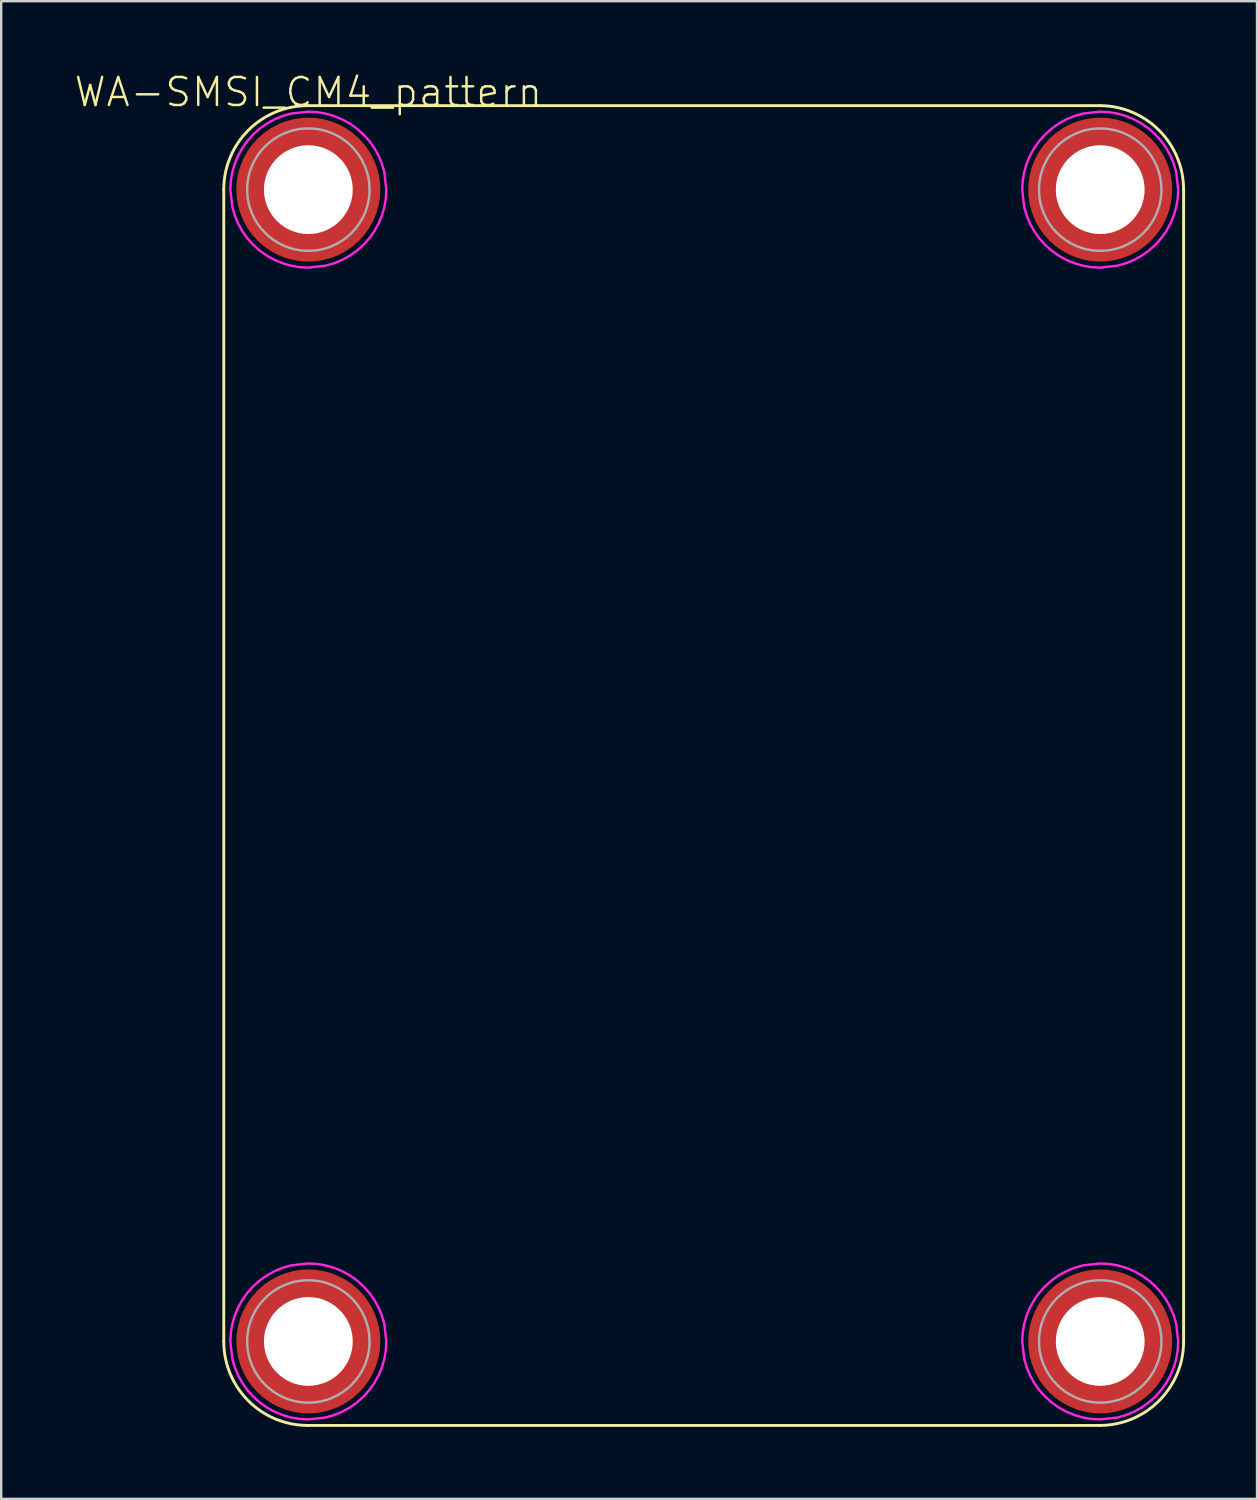
<source format=kicad_pcb>
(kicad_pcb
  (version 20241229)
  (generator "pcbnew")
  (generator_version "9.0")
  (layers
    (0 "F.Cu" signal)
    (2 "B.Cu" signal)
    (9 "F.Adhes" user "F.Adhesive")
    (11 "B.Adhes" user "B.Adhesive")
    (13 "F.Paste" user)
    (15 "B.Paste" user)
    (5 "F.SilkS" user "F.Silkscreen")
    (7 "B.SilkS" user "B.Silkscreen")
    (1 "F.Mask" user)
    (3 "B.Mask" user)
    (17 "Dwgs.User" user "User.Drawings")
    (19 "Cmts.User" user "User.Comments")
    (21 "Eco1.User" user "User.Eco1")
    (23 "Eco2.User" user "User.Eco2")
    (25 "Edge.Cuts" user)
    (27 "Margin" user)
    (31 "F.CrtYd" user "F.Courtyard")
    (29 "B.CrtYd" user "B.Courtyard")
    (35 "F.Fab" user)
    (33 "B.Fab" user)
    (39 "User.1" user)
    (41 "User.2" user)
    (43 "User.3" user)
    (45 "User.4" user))
  (footprint "WA-SMSI_CM4_pattern"
    (layer "F.Cu")
    (at 9.8 4.853)
    (property "Reference" "WA-SMSI_CM4_pattern" (at 0 -3.38 0) (layer "F.SilkS") (effects (font (size 1.168 1.168) (thickness 0.102)) (justify bottom)))
    (fp_line (start -3.525 0) (end -3.525 48) (stroke (width 0.12) (type solid)) (layer "F.SilkS"))
    (fp_line (start -0.025 51.5) (end 32.975 51.5) (stroke (width 0.12) (type solid)) (layer "F.SilkS"))
    (fp_line (start 32.975 -3.5) (end -0.025 -3.5) (stroke (width 0.12) (type solid)) (layer "F.SilkS"))
    (fp_line (start 36.475 48) (end 36.475 0) (stroke (width 0.12) (type solid)) (layer "F.SilkS"))
    (fp_arc (start -3.525126 0) (mid -2.5 -2.474874) (end -0.025126 -3.5) (stroke (width 0.12) (type solid)) (layer "F.SilkS"))
    (fp_arc (start -0.025126 51.5) (mid -2.5 50.474874) (end -3.525126 48) (stroke (width 0.12) (type solid)) (layer "F.SilkS"))
    (fp_arc (start 32.974874 -3.5) (mid 35.449765 -2.474883) (end 36.474874 0) (stroke (width 0.12) (type solid)) (layer "F.SilkS"))
    (fp_arc (start 36.474874 48) (mid 35.449746 50.474865) (end 32.974874 51.5) (stroke (width 0.12) (type solid)) (layer "F.SilkS"))
    (fp_poly (pts (xy -1.865 0.335) (xy -1.86 0.369) (xy -1.845 0.434) (xy -1.815 0.549) (xy -1.79 0.623) (xy -1.755 0.713) (xy -1.735 0.763) (xy -1.691 0.858) (xy -1.651 0.933) (xy -1.581 1.047) (xy -1.536 1.112) (xy -1.501 1.157) (xy -1.441 1.232) (xy -1.391 1.287) (xy -1.351 1.331) (xy -1.312 1.366) (xy -1.232 1.441) (xy -1.177 1.486) (xy -1.132 1.521) (xy -1.077 1.561) (xy -1.022 1.596) (xy -0.957 1.636) (xy -0.888 1.676) (xy -0.808 1.715) (xy -0.728 1.75) (xy -0.643 1.785) (xy -0.569 1.81) (xy -0.494 1.83) (xy -0.414 1.85) (xy -0.34 1.865) (xy -0.32 1.865) (xy -0.32 2.911) (xy -0.351 2.905) (xy -0.421 2.895) (xy -0.511 2.88) (xy -0.591 2.865) (xy -0.666 2.85) (xy -0.766 2.825) (xy -0.851 2.8) (xy -0.942 2.77) (xy -1.012 2.745) (xy -1.092 2.715) (xy -1.177 2.68) (xy -1.252 2.645) (xy -1.372 2.584) (xy -1.442 2.544) (xy -1.513 2.504) (xy -1.583 2.459) (xy -1.623 2.434) (xy -1.688 2.389) (xy -1.738 2.354) (xy -1.783 2.319) (xy -1.848 2.269) (xy -1.913 2.214) (xy -1.953 2.179) (xy -2.018 2.119) (xy -2.079 2.059) (xy -2.129 2.008) (xy -2.169 1.963) (xy -2.209 1.918) (xy -2.264 1.853) (xy -2.304 1.803) (xy -2.349 1.743) (xy -2.399 1.673) (xy -2.444 1.608) (xy -2.494 1.528) (xy -2.529 1.473) (xy -2.574 1.387) (xy -2.614 1.317) (xy -2.655 1.232) (xy -2.685 1.162) (xy -2.73 1.057) (xy -2.765 0.957) (xy -2.79 0.882) (xy -2.815 0.801) (xy -2.845 0.681) (xy -2.865 0.596) (xy -2.88 0.516) (xy -2.895 0.431) (xy -2.905 0.35) (xy -2.905 0.32) (xy -1.865 0.32)) (stroke (width 0) (type solid)) (fill yes) (layer "F.Paste"))
    (fp_poly (pts (xy -1.865 48.335) (xy -1.86 48.369) (xy -1.845 48.434) (xy -1.815 48.549) (xy -1.79 48.623) (xy -1.755 48.713) (xy -1.735 48.763) (xy -1.691 48.858) (xy -1.651 48.933) (xy -1.581 49.047) (xy -1.536 49.112) (xy -1.501 49.157) (xy -1.441 49.232) (xy -1.391 49.287) (xy -1.351 49.331) (xy -1.312 49.366) (xy -1.232 49.441) (xy -1.177 49.486) (xy -1.132 49.521) (xy -1.077 49.561) (xy -1.022 49.596) (xy -0.957 49.636) (xy -0.888 49.676) (xy -0.808 49.715) (xy -0.728 49.75) (xy -0.643 49.785) (xy -0.569 49.81) (xy -0.494 49.83) (xy -0.414 49.85) (xy -0.34 49.865) (xy -0.32 49.865) (xy -0.32 50.911) (xy -0.351 50.905) (xy -0.421 50.895) (xy -0.511 50.88) (xy -0.591 50.865) (xy -0.666 50.85) (xy -0.766 50.825) (xy -0.851 50.8) (xy -0.942 50.77) (xy -1.012 50.745) (xy -1.092 50.715) (xy -1.177 50.68) (xy -1.252 50.645) (xy -1.372 50.584) (xy -1.442 50.544) (xy -1.513 50.504) (xy -1.583 50.459) (xy -1.623 50.434) (xy -1.688 50.389) (xy -1.738 50.354) (xy -1.783 50.319) (xy -1.848 50.269) (xy -1.913 50.214) (xy -1.953 50.179) (xy -2.018 50.119) (xy -2.079 50.059) (xy -2.129 50.008) (xy -2.169 49.963) (xy -2.209 49.918) (xy -2.264 49.853) (xy -2.304 49.803) (xy -2.349 49.743) (xy -2.399 49.673) (xy -2.444 49.608) (xy -2.494 49.528) (xy -2.529 49.473) (xy -2.574 49.387) (xy -2.614 49.317) (xy -2.655 49.232) (xy -2.685 49.162) (xy -2.73 49.057) (xy -2.765 48.957) (xy -2.79 48.882) (xy -2.815 48.801) (xy -2.845 48.681) (xy -2.865 48.596) (xy -2.88 48.516) (xy -2.895 48.431) (xy -2.905 48.35) (xy -2.905 48.32) (xy -1.865 48.32)) (stroke (width 0) (type solid)) (fill yes) (layer "F.Paste"))
    (fp_poly (pts (xy -1.287 -1.391) (xy -1.331 -1.351) (xy -1.366 -1.312) (xy -1.441 -1.232) (xy -1.486 -1.177) (xy -1.521 -1.132) (xy -1.561 -1.077) (xy -1.596 -1.022) (xy -1.636 -0.957) (xy -1.676 -0.888) (xy -1.715 -0.808) (xy -1.75 -0.728) (xy -1.785 -0.643) (xy -1.81 -0.569) (xy -1.83 -0.494) (xy -1.85 -0.414) (xy -1.865 -0.34) (xy -1.865 -0.32) (xy -2.911 -0.32) (xy -2.905 -0.351) (xy -2.895 -0.421) (xy -2.88 -0.511) (xy -2.865 -0.591) (xy -2.85 -0.666) (xy -2.825 -0.766) (xy -2.8 -0.851) (xy -2.77 -0.942) (xy -2.745 -1.012) (xy -2.715 -1.092) (xy -2.68 -1.177) (xy -2.645 -1.252) (xy -2.584 -1.372) (xy -2.544 -1.442) (xy -2.504 -1.513) (xy -2.459 -1.583) (xy -2.434 -1.623) (xy -2.389 -1.688) (xy -2.354 -1.738) (xy -2.319 -1.783) (xy -2.269 -1.848) (xy -2.214 -1.913) (xy -2.179 -1.953) (xy -2.119 -2.018) (xy -2.059 -2.079) (xy -2.008 -2.129) (xy -1.963 -2.169) (xy -1.918 -2.209) (xy -1.853 -2.264) (xy -1.803 -2.304) (xy -1.743 -2.349) (xy -1.673 -2.399) (xy -1.608 -2.444) (xy -1.528 -2.494) (xy -1.473 -2.529) (xy -1.387 -2.574) (xy -1.317 -2.614) (xy -1.232 -2.655) (xy -1.162 -2.685) (xy -1.057 -2.73) (xy -0.957 -2.765) (xy -0.882 -2.79) (xy -0.801 -2.815) (xy -0.681 -2.845) (xy -0.596 -2.865) (xy -0.516 -2.88) (xy -0.431 -2.895) (xy -0.35 -2.905) (xy -0.32 -2.905) (xy -0.32 -1.865) (xy -0.335 -1.865) (xy -0.369 -1.86) (xy -0.434 -1.845) (xy -0.549 -1.815) (xy -0.623 -1.79) (xy -0.713 -1.755) (xy -0.763 -1.735) (xy -0.858 -1.691) (xy -0.933 -1.651) (xy -1.047 -1.581) (xy -1.112 -1.536) (xy -1.157 -1.501) (xy -1.232 -1.441)) (stroke (width 0) (type solid)) (fill yes) (layer "F.Paste"))
    (fp_poly (pts (xy -1.287 46.609) (xy -1.331 46.649) (xy -1.366 46.688) (xy -1.441 46.768) (xy -1.486 46.823) (xy -1.521 46.868) (xy -1.561 46.923) (xy -1.596 46.978) (xy -1.636 47.043) (xy -1.676 47.112) (xy -1.715 47.192) (xy -1.75 47.272) (xy -1.785 47.357) (xy -1.81 47.431) (xy -1.83 47.506) (xy -1.85 47.586) (xy -1.865 47.66) (xy -1.865 47.68) (xy -2.911 47.68) (xy -2.905 47.649) (xy -2.895 47.579) (xy -2.88 47.489) (xy -2.865 47.409) (xy -2.85 47.334) (xy -2.825 47.234) (xy -2.8 47.149) (xy -2.77 47.058) (xy -2.745 46.988) (xy -2.715 46.908) (xy -2.68 46.823) (xy -2.645 46.748) (xy -2.584 46.628) (xy -2.544 46.558) (xy -2.504 46.487) (xy -2.459 46.417) (xy -2.434 46.377) (xy -2.389 46.312) (xy -2.354 46.262) (xy -2.319 46.217) (xy -2.269 46.152) (xy -2.214 46.087) (xy -2.179 46.047) (xy -2.119 45.982) (xy -2.059 45.921) (xy -2.008 45.871) (xy -1.963 45.831) (xy -1.918 45.791) (xy -1.853 45.736) (xy -1.803 45.696) (xy -1.743 45.651) (xy -1.673 45.601) (xy -1.608 45.556) (xy -1.528 45.506) (xy -1.473 45.471) (xy -1.387 45.426) (xy -1.317 45.386) (xy -1.232 45.345) (xy -1.162 45.315) (xy -1.057 45.27) (xy -0.957 45.235) (xy -0.882 45.21) (xy -0.801 45.185) (xy -0.681 45.155) (xy -0.596 45.135) (xy -0.516 45.12) (xy -0.431 45.105) (xy -0.35 45.095) (xy -0.32 45.095) (xy -0.32 46.135) (xy -0.335 46.135) (xy -0.369 46.14) (xy -0.434 46.155) (xy -0.549 46.185) (xy -0.623 46.21) (xy -0.713 46.245) (xy -0.763 46.265) (xy -0.858 46.309) (xy -0.933 46.349) (xy -1.047 46.419) (xy -1.112 46.464) (xy -1.157 46.499) (xy -1.232 46.559)) (stroke (width 0) (type solid)) (fill yes) (layer "F.Paste"))
    (fp_poly (pts (xy 0.351 -2.905) (xy 0.421 -2.895) (xy 0.511 -2.88) (xy 0.591 -2.865) (xy 0.666 -2.85) (xy 0.766 -2.825) (xy 0.851 -2.8) (xy 0.942 -2.77) (xy 1.012 -2.745) (xy 1.092 -2.715) (xy 1.177 -2.68) (xy 1.252 -2.645) (xy 1.372 -2.584) (xy 1.442 -2.544) (xy 1.513 -2.504) (xy 1.583 -2.459) (xy 1.623 -2.434) (xy 1.688 -2.389) (xy 1.738 -2.354) (xy 1.783 -2.319) (xy 1.848 -2.269) (xy 1.913 -2.214) (xy 1.953 -2.179) (xy 2.018 -2.119) (xy 2.079 -2.059) (xy 2.129 -2.008) (xy 2.169 -1.963) (xy 2.209 -1.918) (xy 2.264 -1.853) (xy 2.304 -1.803) (xy 2.349 -1.743) (xy 2.399 -1.673) (xy 2.444 -1.608) (xy 2.494 -1.528) (xy 2.529 -1.473) (xy 2.574 -1.387) (xy 2.614 -1.317) (xy 2.655 -1.232) (xy 2.685 -1.162) (xy 2.73 -1.057) (xy 2.765 -0.957) (xy 2.79 -0.882) (xy 2.815 -0.801) (xy 2.845 -0.681) (xy 2.865 -0.596) (xy 2.88 -0.516) (xy 2.895 -0.431) (xy 2.905 -0.35) (xy 2.905 -0.32) (xy 1.865 -0.32) (xy 1.865 -0.335) (xy 1.86 -0.369) (xy 1.845 -0.434) (xy 1.815 -0.549) (xy 1.79 -0.623) (xy 1.755 -0.713) (xy 1.735 -0.763) (xy 1.691 -0.858) (xy 1.651 -0.933) (xy 1.581 -1.047) (xy 1.536 -1.112) (xy 1.501 -1.157) (xy 1.441 -1.232) (xy 1.391 -1.287) (xy 1.351 -1.331) (xy 1.312 -1.366) (xy 1.232 -1.441) (xy 1.177 -1.486) (xy 1.132 -1.521) (xy 1.077 -1.561) (xy 1.022 -1.596) (xy 0.957 -1.636) (xy 0.888 -1.676) (xy 0.808 -1.715) (xy 0.728 -1.75) (xy 0.643 -1.785) (xy 0.569 -1.81) (xy 0.494 -1.83) (xy 0.414 -1.85) (xy 0.34 -1.865) (xy 0.32 -1.865) (xy 0.32 -2.911)) (stroke (width 0) (type solid)) (fill yes) (layer "F.Paste"))
    (fp_poly (pts (xy 0.351 45.095) (xy 0.421 45.105) (xy 0.511 45.12) (xy 0.591 45.135) (xy 0.666 45.15) (xy 0.766 45.175) (xy 0.851 45.2) (xy 0.942 45.23) (xy 1.012 45.255) (xy 1.092 45.285) (xy 1.177 45.32) (xy 1.252 45.355) (xy 1.372 45.416) (xy 1.442 45.456) (xy 1.513 45.496) (xy 1.583 45.541) (xy 1.623 45.566) (xy 1.688 45.611) (xy 1.738 45.646) (xy 1.783 45.681) (xy 1.848 45.731) (xy 1.913 45.786) (xy 1.953 45.821) (xy 2.018 45.881) (xy 2.079 45.941) (xy 2.129 45.992) (xy 2.169 46.037) (xy 2.209 46.082) (xy 2.264 46.147) (xy 2.304 46.197) (xy 2.349 46.257) (xy 2.399 46.327) (xy 2.444 46.392) (xy 2.494 46.472) (xy 2.529 46.527) (xy 2.574 46.613) (xy 2.614 46.683) (xy 2.655 46.768) (xy 2.685 46.838) (xy 2.73 46.943) (xy 2.765 47.043) (xy 2.79 47.118) (xy 2.815 47.199) (xy 2.845 47.319) (xy 2.865 47.404) (xy 2.88 47.484) (xy 2.895 47.569) (xy 2.905 47.65) (xy 2.905 47.68) (xy 1.865 47.68) (xy 1.865 47.665) (xy 1.86 47.631) (xy 1.845 47.566) (xy 1.815 47.451) (xy 1.79 47.377) (xy 1.755 47.287) (xy 1.735 47.237) (xy 1.691 47.142) (xy 1.651 47.067) (xy 1.581 46.953) (xy 1.536 46.888) (xy 1.501 46.843) (xy 1.441 46.768) (xy 1.391 46.713) (xy 1.351 46.669) (xy 1.312 46.634) (xy 1.232 46.559) (xy 1.177 46.514) (xy 1.132 46.479) (xy 1.077 46.439) (xy 1.022 46.404) (xy 0.957 46.364) (xy 0.888 46.324) (xy 0.808 46.285) (xy 0.728 46.25) (xy 0.643 46.215) (xy 0.569 46.19) (xy 0.494 46.17) (xy 0.414 46.15) (xy 0.34 46.135) (xy 0.32 46.135) (xy 0.32 45.089)) (stroke (width 0) (type solid)) (fill yes) (layer "F.Paste"))
    (fp_poly (pts (xy 1.387 2.574) (xy 1.317 2.614) (xy 1.232 2.655) (xy 1.162 2.685) (xy 1.057 2.73) (xy 0.957 2.765) (xy 0.882 2.79) (xy 0.801 2.815) (xy 0.681 2.845) (xy 0.596 2.865) (xy 0.516 2.88) (xy 0.431 2.895) (xy 0.35 2.905) (xy 0.32 2.905) (xy 0.32 1.865) (xy 0.335 1.865) (xy 0.369 1.86) (xy 0.434 1.845) (xy 0.549 1.815) (xy 0.623 1.79) (xy 0.713 1.755) (xy 0.763 1.735) (xy 0.858 1.691) (xy 0.933 1.651) (xy 1.047 1.581) (xy 1.112 1.536) (xy 1.157 1.501) (xy 1.232 1.441) (xy 1.287 1.391) (xy 1.331 1.351) (xy 1.366 1.312) (xy 1.441 1.232) (xy 1.486 1.177) (xy 1.521 1.132) (xy 1.561 1.077) (xy 1.596 1.022) (xy 1.636 0.957) (xy 1.676 0.888) (xy 1.715 0.808) (xy 1.75 0.728) (xy 1.785 0.643) (xy 1.81 0.569) (xy 1.83 0.494) (xy 1.85 0.414) (xy 1.865 0.34) (xy 1.865 0.32) (xy 2.911 0.32) (xy 2.905 0.351) (xy 2.895 0.421) (xy 2.88 0.511) (xy 2.865 0.591) (xy 2.85 0.666) (xy 2.825 0.766) (xy 2.8 0.851) (xy 2.77 0.942) (xy 2.745 1.012) (xy 2.715 1.092) (xy 2.68 1.177) (xy 2.645 1.252) (xy 2.584 1.372) (xy 2.544 1.442) (xy 2.504 1.513) (xy 2.459 1.583) (xy 2.434 1.623) (xy 2.389 1.688) (xy 2.354 1.738) (xy 2.319 1.783) (xy 2.269 1.848) (xy 2.214 1.913) (xy 2.179 1.953) (xy 2.119 2.018) (xy 2.059 2.079) (xy 2.008 2.129) (xy 1.963 2.169) (xy 1.918 2.209) (xy 1.853 2.264) (xy 1.803 2.304) (xy 1.743 2.349) (xy 1.673 2.399) (xy 1.608 2.444) (xy 1.528 2.494) (xy 1.473 2.529)) (stroke (width 0) (type solid)) (fill yes) (layer "F.Paste"))
    (fp_poly (pts (xy 1.387 50.574) (xy 1.317 50.614) (xy 1.232 50.655) (xy 1.162 50.685) (xy 1.057 50.73) (xy 0.957 50.765) (xy 0.882 50.79) (xy 0.801 50.815) (xy 0.681 50.845) (xy 0.596 50.865) (xy 0.516 50.88) (xy 0.431 50.895) (xy 0.35 50.905) (xy 0.32 50.905) (xy 0.32 49.865) (xy 0.335 49.865) (xy 0.369 49.86) (xy 0.434 49.845) (xy 0.549 49.815) (xy 0.623 49.79) (xy 0.713 49.755) (xy 0.763 49.735) (xy 0.858 49.691) (xy 0.933 49.651) (xy 1.047 49.581) (xy 1.112 49.536) (xy 1.157 49.501) (xy 1.232 49.441) (xy 1.287 49.391) (xy 1.331 49.351) (xy 1.366 49.312) (xy 1.441 49.232) (xy 1.486 49.177) (xy 1.521 49.132) (xy 1.561 49.077) (xy 1.596 49.022) (xy 1.636 48.957) (xy 1.676 48.888) (xy 1.715 48.808) (xy 1.75 48.728) (xy 1.785 48.643) (xy 1.81 48.569) (xy 1.83 48.494) (xy 1.85 48.414) (xy 1.865 48.34) (xy 1.865 48.32) (xy 2.911 48.32) (xy 2.905 48.351) (xy 2.895 48.421) (xy 2.88 48.511) (xy 2.865 48.591) (xy 2.85 48.666) (xy 2.825 48.766) (xy 2.8 48.851) (xy 2.77 48.942) (xy 2.745 49.012) (xy 2.715 49.092) (xy 2.68 49.177) (xy 2.645 49.252) (xy 2.584 49.372) (xy 2.544 49.442) (xy 2.504 49.513) (xy 2.459 49.583) (xy 2.434 49.623) (xy 2.389 49.688) (xy 2.354 49.738) (xy 2.319 49.783) (xy 2.269 49.848) (xy 2.214 49.913) (xy 2.179 49.953) (xy 2.119 50.018) (xy 2.059 50.079) (xy 2.008 50.129) (xy 1.963 50.169) (xy 1.918 50.209) (xy 1.853 50.264) (xy 1.803 50.304) (xy 1.743 50.349) (xy 1.673 50.399) (xy 1.608 50.444) (xy 1.528 50.494) (xy 1.473 50.529)) (stroke (width 0) (type solid)) (fill yes) (layer "F.Paste"))
    (fp_poly (pts (xy 31.135 0.335) (xy 31.14 0.369) (xy 31.155 0.434) (xy 31.185 0.549) (xy 31.21 0.623) (xy 31.245 0.713) (xy 31.265 0.763) (xy 31.309 0.858) (xy 31.349 0.933) (xy 31.419 1.047) (xy 31.464 1.112) (xy 31.499 1.157) (xy 31.559 1.232) (xy 31.609 1.287) (xy 31.649 1.331) (xy 31.688 1.366) (xy 31.768 1.441) (xy 31.823 1.486) (xy 31.868 1.521) (xy 31.923 1.561) (xy 31.978 1.596) (xy 32.043 1.636) (xy 32.112 1.676) (xy 32.192 1.715) (xy 32.272 1.75) (xy 32.357 1.785) (xy 32.431 1.81) (xy 32.506 1.83) (xy 32.586 1.85) (xy 32.66 1.865) (xy 32.68 1.865) (xy 32.68 2.911) (xy 32.649 2.905) (xy 32.579 2.895) (xy 32.489 2.88) (xy 32.409 2.865) (xy 32.334 2.85) (xy 32.234 2.825) (xy 32.149 2.8) (xy 32.058 2.77) (xy 31.988 2.745) (xy 31.908 2.715) (xy 31.823 2.68) (xy 31.748 2.645) (xy 31.628 2.584) (xy 31.558 2.544) (xy 31.487 2.504) (xy 31.417 2.459) (xy 31.377 2.434) (xy 31.312 2.389) (xy 31.262 2.354) (xy 31.217 2.319) (xy 31.152 2.269) (xy 31.087 2.214) (xy 31.047 2.179) (xy 30.982 2.119) (xy 30.921 2.059) (xy 30.871 2.008) (xy 30.831 1.963) (xy 30.791 1.918) (xy 30.736 1.853) (xy 30.696 1.803) (xy 30.651 1.743) (xy 30.601 1.673) (xy 30.556 1.608) (xy 30.506 1.528) (xy 30.471 1.473) (xy 30.426 1.387) (xy 30.386 1.317) (xy 30.345 1.232) (xy 30.315 1.162) (xy 30.27 1.057) (xy 30.235 0.957) (xy 30.21 0.882) (xy 30.185 0.801) (xy 30.155 0.681) (xy 30.135 0.596) (xy 30.12 0.516) (xy 30.105 0.431) (xy 30.095 0.35) (xy 30.095 0.32) (xy 31.135 0.32)) (stroke (width 0) (type solid)) (fill yes) (layer "F.Paste"))
    (fp_poly (pts (xy 31.135 48.335) (xy 31.14 48.369) (xy 31.155 48.434) (xy 31.185 48.549) (xy 31.21 48.623) (xy 31.245 48.713) (xy 31.265 48.763) (xy 31.309 48.858) (xy 31.349 48.933) (xy 31.419 49.047) (xy 31.464 49.112) (xy 31.499 49.157) (xy 31.559 49.232) (xy 31.609 49.287) (xy 31.649 49.331) (xy 31.688 49.366) (xy 31.768 49.441) (xy 31.823 49.486) (xy 31.868 49.521) (xy 31.923 49.561) (xy 31.978 49.596) (xy 32.043 49.636) (xy 32.112 49.676) (xy 32.192 49.715) (xy 32.272 49.75) (xy 32.357 49.785) (xy 32.431 49.81) (xy 32.506 49.83) (xy 32.586 49.85) (xy 32.66 49.865) (xy 32.68 49.865) (xy 32.68 50.911) (xy 32.649 50.905) (xy 32.579 50.895) (xy 32.489 50.88) (xy 32.409 50.865) (xy 32.334 50.85) (xy 32.234 50.825) (xy 32.149 50.8) (xy 32.058 50.77) (xy 31.988 50.745) (xy 31.908 50.715) (xy 31.823 50.68) (xy 31.748 50.645) (xy 31.628 50.584) (xy 31.558 50.544) (xy 31.487 50.504) (xy 31.417 50.459) (xy 31.377 50.434) (xy 31.312 50.389) (xy 31.262 50.354) (xy 31.217 50.319) (xy 31.152 50.269) (xy 31.087 50.214) (xy 31.047 50.179) (xy 30.982 50.119) (xy 30.921 50.059) (xy 30.871 50.008) (xy 30.831 49.963) (xy 30.791 49.918) (xy 30.736 49.853) (xy 30.696 49.803) (xy 30.651 49.743) (xy 30.601 49.673) (xy 30.556 49.608) (xy 30.506 49.528) (xy 30.471 49.473) (xy 30.426 49.387) (xy 30.386 49.317) (xy 30.345 49.232) (xy 30.315 49.162) (xy 30.27 49.057) (xy 30.235 48.957) (xy 30.21 48.882) (xy 30.185 48.801) (xy 30.155 48.681) (xy 30.135 48.596) (xy 30.12 48.516) (xy 30.105 48.431) (xy 30.095 48.35) (xy 30.095 48.32) (xy 31.135 48.32)) (stroke (width 0) (type solid)) (fill yes) (layer "F.Paste"))
    (fp_poly (pts (xy 31.713 -1.391) (xy 31.669 -1.351) (xy 31.634 -1.312) (xy 31.559 -1.232) (xy 31.514 -1.177) (xy 31.479 -1.132) (xy 31.439 -1.077) (xy 31.404 -1.022) (xy 31.364 -0.957) (xy 31.324 -0.888) (xy 31.285 -0.808) (xy 31.25 -0.728) (xy 31.215 -0.643) (xy 31.19 -0.569) (xy 31.17 -0.494) (xy 31.15 -0.414) (xy 31.135 -0.34) (xy 31.135 -0.32) (xy 30.089 -0.32) (xy 30.095 -0.351) (xy 30.105 -0.421) (xy 30.12 -0.511) (xy 30.135 -0.591) (xy 30.15 -0.666) (xy 30.175 -0.766) (xy 30.2 -0.851) (xy 30.23 -0.942) (xy 30.255 -1.012) (xy 30.285 -1.092) (xy 30.32 -1.177) (xy 30.355 -1.252) (xy 30.416 -1.372) (xy 30.456 -1.442) (xy 30.496 -1.513) (xy 30.541 -1.583) (xy 30.566 -1.623) (xy 30.611 -1.688) (xy 30.646 -1.738) (xy 30.681 -1.783) (xy 30.731 -1.848) (xy 30.786 -1.913) (xy 30.821 -1.953) (xy 30.881 -2.018) (xy 30.941 -2.079) (xy 30.992 -2.129) (xy 31.037 -2.169) (xy 31.082 -2.209) (xy 31.147 -2.264) (xy 31.197 -2.304) (xy 31.257 -2.349) (xy 31.327 -2.399) (xy 31.392 -2.444) (xy 31.472 -2.494) (xy 31.527 -2.529) (xy 31.613 -2.574) (xy 31.683 -2.614) (xy 31.768 -2.655) (xy 31.838 -2.685) (xy 31.943 -2.73) (xy 32.043 -2.765) (xy 32.118 -2.79) (xy 32.199 -2.815) (xy 32.319 -2.845) (xy 32.404 -2.865) (xy 32.484 -2.88) (xy 32.569 -2.895) (xy 32.65 -2.905) (xy 32.68 -2.905) (xy 32.68 -1.865) (xy 32.665 -1.865) (xy 32.631 -1.86) (xy 32.566 -1.845) (xy 32.451 -1.815) (xy 32.377 -1.79) (xy 32.287 -1.755) (xy 32.237 -1.735) (xy 32.142 -1.691) (xy 32.067 -1.651) (xy 31.953 -1.581) (xy 31.888 -1.536) (xy 31.843 -1.501) (xy 31.768 -1.441)) (stroke (width 0) (type solid)) (fill yes) (layer "F.Paste"))
    (fp_poly (pts (xy 31.713 46.609) (xy 31.669 46.649) (xy 31.634 46.688) (xy 31.559 46.768) (xy 31.514 46.823) (xy 31.479 46.868) (xy 31.439 46.923) (xy 31.404 46.978) (xy 31.364 47.043) (xy 31.324 47.112) (xy 31.285 47.192) (xy 31.25 47.272) (xy 31.215 47.357) (xy 31.19 47.431) (xy 31.17 47.506) (xy 31.15 47.586) (xy 31.135 47.66) (xy 31.135 47.68) (xy 30.089 47.68) (xy 30.095 47.649) (xy 30.105 47.579) (xy 30.12 47.489) (xy 30.135 47.409) (xy 30.15 47.334) (xy 30.175 47.234) (xy 30.2 47.149) (xy 30.23 47.058) (xy 30.255 46.988) (xy 30.285 46.908) (xy 30.32 46.823) (xy 30.355 46.748) (xy 30.416 46.628) (xy 30.456 46.558) (xy 30.496 46.487) (xy 30.541 46.417) (xy 30.566 46.377) (xy 30.611 46.312) (xy 30.646 46.262) (xy 30.681 46.217) (xy 30.731 46.152) (xy 30.786 46.087) (xy 30.821 46.047) (xy 30.881 45.982) (xy 30.941 45.921) (xy 30.992 45.871) (xy 31.037 45.831) (xy 31.082 45.791) (xy 31.147 45.736) (xy 31.197 45.696) (xy 31.257 45.651) (xy 31.327 45.601) (xy 31.392 45.556) (xy 31.472 45.506) (xy 31.527 45.471) (xy 31.613 45.426) (xy 31.683 45.386) (xy 31.768 45.345) (xy 31.838 45.315) (xy 31.943 45.27) (xy 32.043 45.235) (xy 32.118 45.21) (xy 32.199 45.185) (xy 32.319 45.155) (xy 32.404 45.135) (xy 32.484 45.12) (xy 32.569 45.105) (xy 32.65 45.095) (xy 32.68 45.095) (xy 32.68 46.135) (xy 32.665 46.135) (xy 32.631 46.14) (xy 32.566 46.155) (xy 32.451 46.185) (xy 32.377 46.21) (xy 32.287 46.245) (xy 32.237 46.265) (xy 32.142 46.309) (xy 32.067 46.349) (xy 31.953 46.419) (xy 31.888 46.464) (xy 31.843 46.499) (xy 31.768 46.559)) (stroke (width 0) (type solid)) (fill yes) (layer "F.Paste"))
    (fp_poly (pts (xy 33.351 -2.905) (xy 33.421 -2.895) (xy 33.511 -2.88) (xy 33.591 -2.865) (xy 33.666 -2.85) (xy 33.766 -2.825) (xy 33.851 -2.8) (xy 33.942 -2.77) (xy 34.012 -2.745) (xy 34.092 -2.715) (xy 34.177 -2.68) (xy 34.252 -2.645) (xy 34.372 -2.584) (xy 34.442 -2.544) (xy 34.513 -2.504) (xy 34.583 -2.459) (xy 34.623 -2.434) (xy 34.688 -2.389) (xy 34.738 -2.354) (xy 34.783 -2.319) (xy 34.848 -2.269) (xy 34.913 -2.214) (xy 34.953 -2.179) (xy 35.018 -2.119) (xy 35.079 -2.059) (xy 35.129 -2.008) (xy 35.169 -1.963) (xy 35.209 -1.918) (xy 35.264 -1.853) (xy 35.304 -1.803) (xy 35.349 -1.743) (xy 35.399 -1.673) (xy 35.444 -1.608) (xy 35.494 -1.528) (xy 35.529 -1.473) (xy 35.574 -1.387) (xy 35.614 -1.317) (xy 35.655 -1.232) (xy 35.685 -1.162) (xy 35.73 -1.057) (xy 35.765 -0.957) (xy 35.79 -0.882) (xy 35.815 -0.801) (xy 35.845 -0.681) (xy 35.865 -0.596) (xy 35.88 -0.516) (xy 35.895 -0.431) (xy 35.905 -0.35) (xy 35.905 -0.32) (xy 34.865 -0.32) (xy 34.865 -0.335) (xy 34.86 -0.369) (xy 34.845 -0.434) (xy 34.815 -0.549) (xy 34.79 -0.623) (xy 34.755 -0.713) (xy 34.735 -0.763) (xy 34.691 -0.858) (xy 34.651 -0.933) (xy 34.581 -1.047) (xy 34.536 -1.112) (xy 34.501 -1.157) (xy 34.441 -1.232) (xy 34.391 -1.287) (xy 34.351 -1.331) (xy 34.312 -1.366) (xy 34.232 -1.441) (xy 34.177 -1.486) (xy 34.132 -1.521) (xy 34.077 -1.561) (xy 34.022 -1.596) (xy 33.957 -1.636) (xy 33.888 -1.676) (xy 33.808 -1.715) (xy 33.728 -1.75) (xy 33.643 -1.785) (xy 33.569 -1.81) (xy 33.494 -1.83) (xy 33.414 -1.85) (xy 33.34 -1.865) (xy 33.32 -1.865) (xy 33.32 -2.911)) (stroke (width 0) (type solid)) (fill yes) (layer "F.Paste"))
    (fp_poly (pts (xy 33.351 45.095) (xy 33.421 45.105) (xy 33.511 45.12) (xy 33.591 45.135) (xy 33.666 45.15) (xy 33.766 45.175) (xy 33.851 45.2) (xy 33.942 45.23) (xy 34.012 45.255) (xy 34.092 45.285) (xy 34.177 45.32) (xy 34.252 45.355) (xy 34.372 45.416) (xy 34.442 45.456) (xy 34.513 45.496) (xy 34.583 45.541) (xy 34.623 45.566) (xy 34.688 45.611) (xy 34.738 45.646) (xy 34.783 45.681) (xy 34.848 45.731) (xy 34.913 45.786) (xy 34.953 45.821) (xy 35.018 45.881) (xy 35.079 45.941) (xy 35.129 45.992) (xy 35.169 46.037) (xy 35.209 46.082) (xy 35.264 46.147) (xy 35.304 46.197) (xy 35.349 46.257) (xy 35.399 46.327) (xy 35.444 46.392) (xy 35.494 46.472) (xy 35.529 46.527) (xy 35.574 46.613) (xy 35.614 46.683) (xy 35.655 46.768) (xy 35.685 46.838) (xy 35.73 46.943) (xy 35.765 47.043) (xy 35.79 47.118) (xy 35.815 47.199) (xy 35.845 47.319) (xy 35.865 47.404) (xy 35.88 47.484) (xy 35.895 47.569) (xy 35.905 47.65) (xy 35.905 47.68) (xy 34.865 47.68) (xy 34.865 47.665) (xy 34.86 47.631) (xy 34.845 47.566) (xy 34.815 47.451) (xy 34.79 47.377) (xy 34.755 47.287) (xy 34.735 47.237) (xy 34.691 47.142) (xy 34.651 47.067) (xy 34.581 46.953) (xy 34.536 46.888) (xy 34.501 46.843) (xy 34.441 46.768) (xy 34.391 46.713) (xy 34.351 46.669) (xy 34.312 46.634) (xy 34.232 46.559) (xy 34.177 46.514) (xy 34.132 46.479) (xy 34.077 46.439) (xy 34.022 46.404) (xy 33.957 46.364) (xy 33.888 46.324) (xy 33.808 46.285) (xy 33.728 46.25) (xy 33.643 46.215) (xy 33.569 46.19) (xy 33.494 46.17) (xy 33.414 46.15) (xy 33.34 46.135) (xy 33.32 46.135) (xy 33.32 45.089)) (stroke (width 0) (type solid)) (fill yes) (layer "F.Paste"))
    (fp_poly (pts (xy 34.387 2.574) (xy 34.317 2.614) (xy 34.232 2.655) (xy 34.162 2.685) (xy 34.057 2.73) (xy 33.957 2.765) (xy 33.882 2.79) (xy 33.801 2.815) (xy 33.681 2.845) (xy 33.596 2.865) (xy 33.516 2.88) (xy 33.431 2.895) (xy 33.35 2.905) (xy 33.32 2.905) (xy 33.32 1.865) (xy 33.335 1.865) (xy 33.369 1.86) (xy 33.434 1.845) (xy 33.549 1.815) (xy 33.623 1.79) (xy 33.713 1.755) (xy 33.763 1.735) (xy 33.858 1.691) (xy 33.933 1.651) (xy 34.047 1.581) (xy 34.112 1.536) (xy 34.157 1.501) (xy 34.232 1.441) (xy 34.287 1.391) (xy 34.331 1.351) (xy 34.366 1.312) (xy 34.441 1.232) (xy 34.486 1.177) (xy 34.521 1.132) (xy 34.561 1.077) (xy 34.596 1.022) (xy 34.636 0.957) (xy 34.676 0.888) (xy 34.715 0.808) (xy 34.75 0.728) (xy 34.785 0.643) (xy 34.81 0.569) (xy 34.83 0.494) (xy 34.85 0.414) (xy 34.865 0.34) (xy 34.865 0.32) (xy 35.911 0.32) (xy 35.905 0.351) (xy 35.895 0.421) (xy 35.88 0.511) (xy 35.865 0.591) (xy 35.85 0.666) (xy 35.825 0.766) (xy 35.8 0.851) (xy 35.77 0.942) (xy 35.745 1.012) (xy 35.715 1.092) (xy 35.68 1.177) (xy 35.645 1.252) (xy 35.584 1.372) (xy 35.544 1.442) (xy 35.504 1.513) (xy 35.459 1.583) (xy 35.434 1.623) (xy 35.389 1.688) (xy 35.354 1.738) (xy 35.319 1.783) (xy 35.269 1.848) (xy 35.214 1.913) (xy 35.179 1.953) (xy 35.119 2.018) (xy 35.059 2.079) (xy 35.008 2.129) (xy 34.963 2.169) (xy 34.918 2.209) (xy 34.853 2.264) (xy 34.803 2.304) (xy 34.743 2.349) (xy 34.673 2.399) (xy 34.608 2.444) (xy 34.528 2.494) (xy 34.473 2.529)) (stroke (width 0) (type solid)) (fill yes) (layer "F.Paste"))
    (fp_poly (pts (xy 34.387 50.574) (xy 34.317 50.614) (xy 34.232 50.655) (xy 34.162 50.685) (xy 34.057 50.73) (xy 33.957 50.765) (xy 33.882 50.79) (xy 33.801 50.815) (xy 33.681 50.845) (xy 33.596 50.865) (xy 33.516 50.88) (xy 33.431 50.895) (xy 33.35 50.905) (xy 33.32 50.905) (xy 33.32 49.865) (xy 33.335 49.865) (xy 33.369 49.86) (xy 33.434 49.845) (xy 33.549 49.815) (xy 33.623 49.79) (xy 33.713 49.755) (xy 33.763 49.735) (xy 33.858 49.691) (xy 33.933 49.651) (xy 34.047 49.581) (xy 34.112 49.536) (xy 34.157 49.501) (xy 34.232 49.441) (xy 34.287 49.391) (xy 34.331 49.351) (xy 34.366 49.312) (xy 34.441 49.232) (xy 34.486 49.177) (xy 34.521 49.132) (xy 34.561 49.077) (xy 34.596 49.022) (xy 34.636 48.957) (xy 34.676 48.888) (xy 34.715 48.808) (xy 34.75 48.728) (xy 34.785 48.643) (xy 34.81 48.569) (xy 34.83 48.494) (xy 34.85 48.414) (xy 34.865 48.34) (xy 34.865 48.32) (xy 35.911 48.32) (xy 35.905 48.351) (xy 35.895 48.421) (xy 35.88 48.511) (xy 35.865 48.591) (xy 35.85 48.666) (xy 35.825 48.766) (xy 35.8 48.851) (xy 35.77 48.942) (xy 35.745 49.012) (xy 35.715 49.092) (xy 35.68 49.177) (xy 35.645 49.252) (xy 35.584 49.372) (xy 35.544 49.442) (xy 35.504 49.513) (xy 35.459 49.583) (xy 35.434 49.623) (xy 35.389 49.688) (xy 35.354 49.738) (xy 35.319 49.783) (xy 35.269 49.848) (xy 35.214 49.913) (xy 35.179 49.953) (xy 35.119 50.018) (xy 35.059 50.079) (xy 35.008 50.129) (xy 34.963 50.169) (xy 34.918 50.209) (xy 34.853 50.264) (xy 34.803 50.304) (xy 34.743 50.349) (xy 34.673 50.399) (xy 34.608 50.444) (xy 34.528 50.494) (xy 34.473 50.529)) (stroke (width 0) (type solid)) (fill yes) (layer "F.Paste"))
    (fp_poly (pts (xy 0.364 -3.23) (xy 0.723 -3.169) (xy 1.073 -3.068) (xy 1.41 -2.928) (xy 1.729 -2.752) (xy 2.026 -2.541) (xy 2.298 -2.298) (xy 2.541 -2.026) (xy 2.752 -1.729) (xy 2.928 -1.41) (xy 3.068 -1.073) (xy 3.169 -0.722) (xy 3.25 -0.001) (xy 3.23 0.364) (xy 3.169 0.723) (xy 3.068 1.073) (xy 2.928 1.41) (xy 2.752 1.729) (xy 2.541 2.026) (xy 2.298 2.298) (xy 2.026 2.541) (xy 1.729 2.752) (xy 1.41 2.928) (xy 1.073 3.068) (xy 0.722 3.169) (xy 0.001 3.25) (xy -0.364 3.23) (xy -0.723 3.169) (xy -1.073 3.068) (xy -1.41 2.928) (xy -1.729 2.752) (xy -2.026 2.541) (xy -2.298 2.298) (xy -2.541 2.026) (xy -2.752 1.729) (xy -2.928 1.41) (xy -3.068 1.073) (xy -3.169 0.722) (xy -3.25 0.001) (xy -3.23 -0.364) (xy -3.169 -0.723) (xy -3.068 -1.073) (xy -2.928 -1.41) (xy -2.752 -1.729) (xy -2.541 -2.026) (xy -2.298 -2.298) (xy -2.026 -2.541) (xy -1.729 -2.752) (xy -1.41 -2.928) (xy -1.073 -3.068) (xy -0.722 -3.169) (xy -0.001 -3.25)) (stroke (width 0.1) (type solid)) (fill no) (layer "F.CrtYd"))
    (fp_poly (pts (xy 0.364 44.77) (xy 0.723 44.831) (xy 1.073 44.932) (xy 1.41 45.072) (xy 1.729 45.248) (xy 2.026 45.459) (xy 2.298 45.702) (xy 2.541 45.974) (xy 2.752 46.271) (xy 2.928 46.59) (xy 3.068 46.927) (xy 3.169 47.278) (xy 3.25 47.999) (xy 3.23 48.364) (xy 3.169 48.723) (xy 3.068 49.073) (xy 2.928 49.41) (xy 2.752 49.729) (xy 2.541 50.026) (xy 2.298 50.298) (xy 2.026 50.541) (xy 1.729 50.752) (xy 1.41 50.928) (xy 1.073 51.068) (xy 0.722 51.169) (xy 0.001 51.25) (xy -0.364 51.23) (xy -0.723 51.169) (xy -1.073 51.068) (xy -1.41 50.928) (xy -1.729 50.752) (xy -2.026 50.541) (xy -2.298 50.298) (xy -2.541 50.026) (xy -2.752 49.729) (xy -2.928 49.41) (xy -3.068 49.073) (xy -3.169 48.722) (xy -3.25 48.001) (xy -3.23 47.636) (xy -3.169 47.277) (xy -3.068 46.927) (xy -2.928 46.59) (xy -2.752 46.271) (xy -2.541 45.974) (xy -2.298 45.702) (xy -2.026 45.459) (xy -1.729 45.248) (xy -1.41 45.072) (xy -1.073 44.932) (xy -0.722 44.831) (xy -0.001 44.75)) (stroke (width 0.1) (type solid)) (fill no) (layer "F.CrtYd"))
    (fp_poly (pts (xy 33.364 -3.23) (xy 33.723 -3.169) (xy 34.073 -3.068) (xy 34.41 -2.928) (xy 34.729 -2.752) (xy 35.026 -2.541) (xy 35.298 -2.298) (xy 35.541 -2.026) (xy 35.752 -1.729) (xy 35.928 -1.41) (xy 36.068 -1.073) (xy 36.169 -0.722) (xy 36.25 -0.001) (xy 36.23 0.364) (xy 36.169 0.723) (xy 36.068 1.073) (xy 35.928 1.41) (xy 35.752 1.729) (xy 35.541 2.026) (xy 35.298 2.298) (xy 35.026 2.541) (xy 34.729 2.752) (xy 34.41 2.928) (xy 34.073 3.068) (xy 33.722 3.169) (xy 33.001 3.25) (xy 32.636 3.23) (xy 32.277 3.169) (xy 31.927 3.068) (xy 31.59 2.928) (xy 31.271 2.752) (xy 30.974 2.541) (xy 30.702 2.298) (xy 30.459 2.026) (xy 30.248 1.729) (xy 30.072 1.41) (xy 29.932 1.073) (xy 29.831 0.722) (xy 29.75 0.001) (xy 29.77 -0.364) (xy 29.831 -0.723) (xy 29.932 -1.073) (xy 30.072 -1.41) (xy 30.248 -1.729) (xy 30.459 -2.026) (xy 30.702 -2.298) (xy 30.974 -2.541) (xy 31.271 -2.752) (xy 31.59 -2.928) (xy 31.927 -3.068) (xy 32.278 -3.169) (xy 32.999 -3.25)) (stroke (width 0.1) (type solid)) (fill no) (layer "F.CrtYd"))
    (fp_poly (pts (xy 33.364 44.77) (xy 33.723 44.831) (xy 34.073 44.932) (xy 34.41 45.072) (xy 34.729 45.248) (xy 35.026 45.459) (xy 35.298 45.702) (xy 35.541 45.974) (xy 35.752 46.271) (xy 35.928 46.59) (xy 36.068 46.927) (xy 36.169 47.278) (xy 36.25 47.999) (xy 36.23 48.364) (xy 36.169 48.723) (xy 36.068 49.073) (xy 35.928 49.41) (xy 35.752 49.729) (xy 35.541 50.026) (xy 35.298 50.298) (xy 35.026 50.541) (xy 34.729 50.752) (xy 34.41 50.928) (xy 34.073 51.068) (xy 33.722 51.169) (xy 33.001 51.25) (xy 32.636 51.23) (xy 32.277 51.169) (xy 31.927 51.068) (xy 31.59 50.928) (xy 31.271 50.752) (xy 30.974 50.541) (xy 30.702 50.298) (xy 30.459 50.026) (xy 30.248 49.729) (xy 30.072 49.41) (xy 29.932 49.073) (xy 29.831 48.722) (xy 29.75 48.001) (xy 29.77 47.636) (xy 29.831 47.277) (xy 29.932 46.927) (xy 30.072 46.59) (xy 30.248 46.271) (xy 30.459 45.974) (xy 30.702 45.702) (xy 30.974 45.459) (xy 31.271 45.248) (xy 31.59 45.072) (xy 31.927 44.932) (xy 32.278 44.831) (xy 32.999 44.75)) (stroke (width 0.1) (type solid)) (fill no) (layer "F.CrtYd"))
    (fp_circle (center 0 0) (end 2.55 0) (stroke (width 0.1) (type solid)) (fill no) (layer "F.Fab"))
    (fp_circle (center 0 48) (end 2.55 48) (stroke (width 0.1) (type solid)) (fill no) (layer "F.Fab"))
    (fp_circle (center 33 0) (end 35.55 0) (stroke (width 0.1) (type solid)) (fill no) (layer "F.Fab"))
    (fp_circle (center 33 48) (end 35.55 48) (stroke (width 0.1) (type solid)) (fill no) (layer "F.Fab"))
    (pad "" np_thru_hole circle (at 0 0) (size 3.7 3.7) (drill 3.7) (layers "*.Cu" "*.Mask"))
    (pad "" np_thru_hole circle (at 0 48) (size 3.7 3.7) (drill 3.7) (layers "*.Cu" "*.Mask"))
    (pad "" np_thru_hole circle (at 33 0) (size 3.7 3.7) (drill 3.7) (layers "*.Cu" "*.Mask"))
    (pad "" np_thru_hole circle (at 33 48) (size 3.7 3.7) (drill 3.7) (layers "*.Cu" "*.Mask"))
    (pad "1" smd roundrect (at 0 0) (size 6 6) (layers "F.Cu" "F.Mask") (roundrect_rratio 0.5))
    (pad "2" smd roundrect (at 33 0) (size 6 6) (layers "F.Cu" "F.Mask") (roundrect_rratio 0.5))
    (pad "3" smd roundrect (at 0 48) (size 6 6) (layers "F.Cu" "F.Mask") (roundrect_rratio 0.5))
    (pad "4" smd roundrect (at 33 48) (size 6 6) (layers "F.Cu" "F.Mask") (roundrect_rratio 0.5)))
  (gr_rect
    (start -3 -3)
    (end 49.335 59.413)
    (stroke (width 0.1) (type default))
    (fill no)
    (layer "Edge.Cuts")))
</source>
